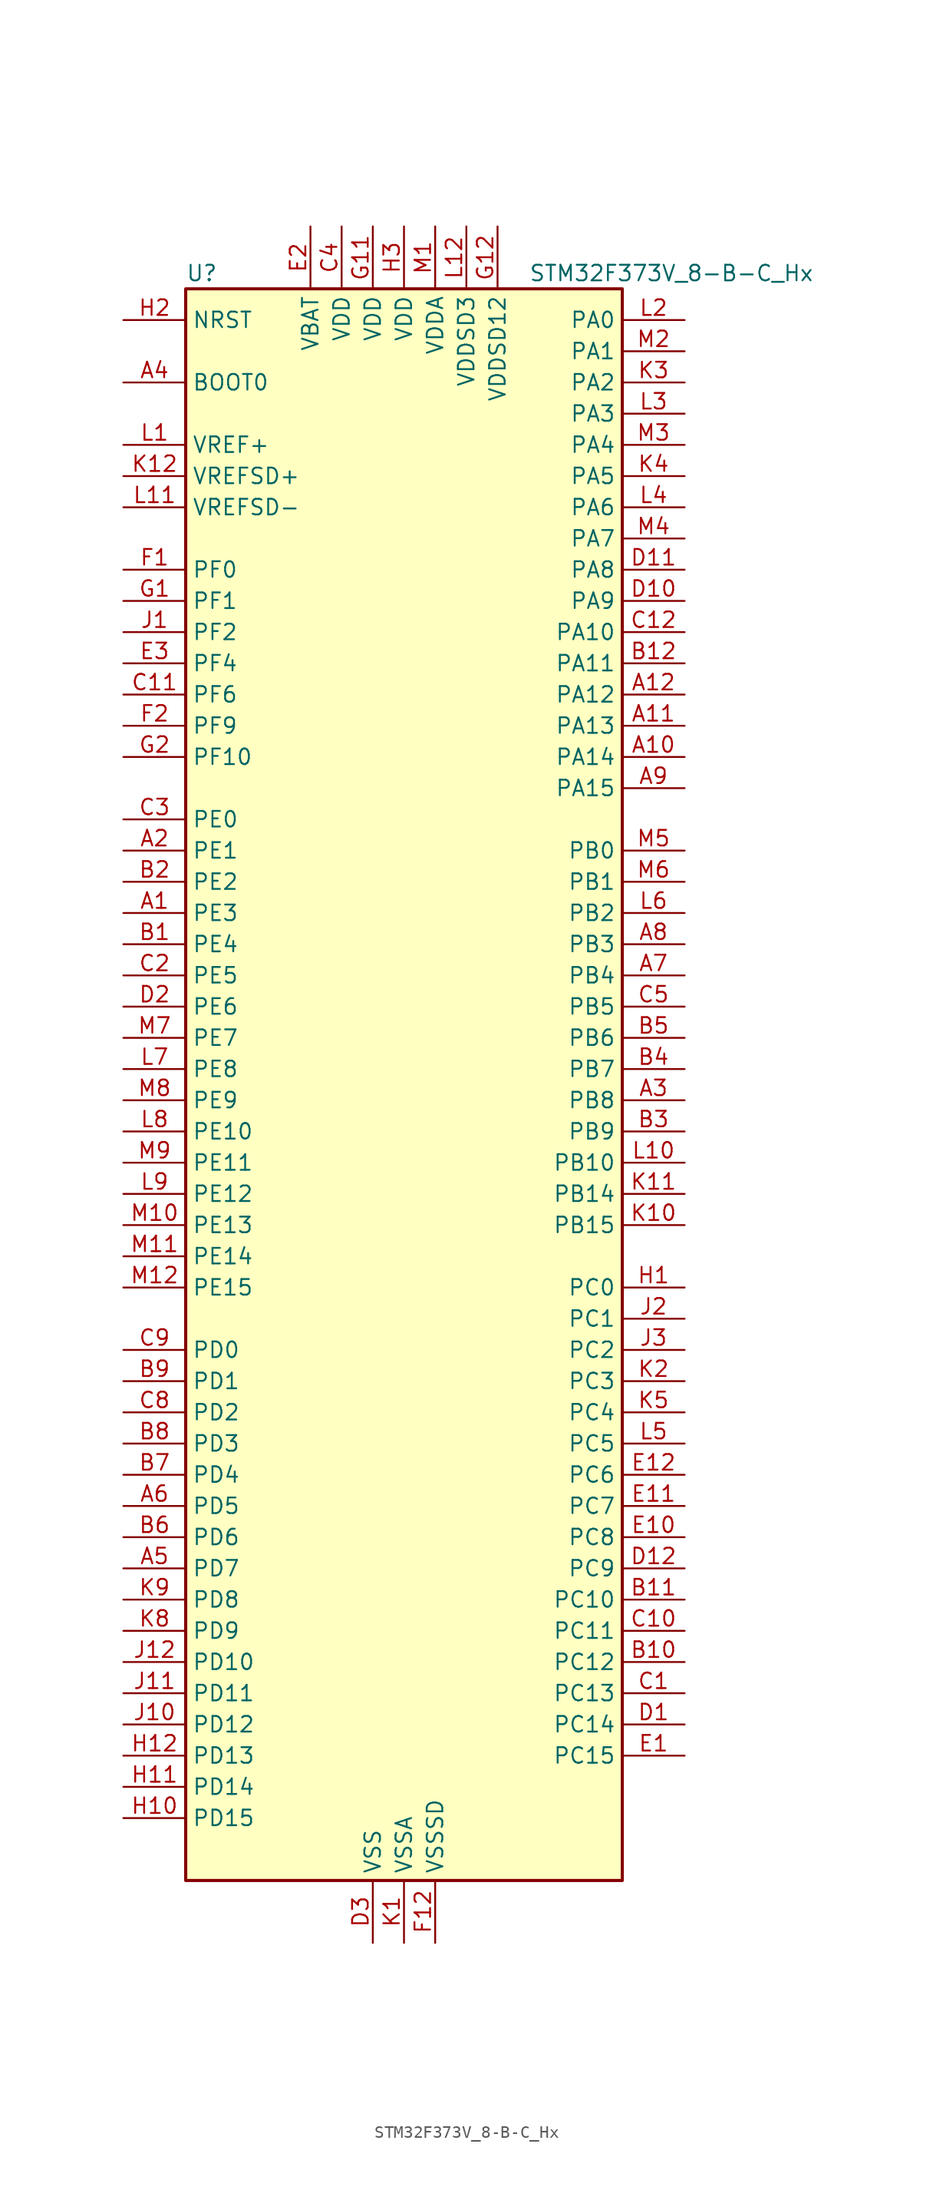
<source format=kicad_sym>
(kicad_symbol_lib
  (version 20231120)
  (generator "kicad_symbol_editor")
  (generator_version "8.0")
  (symbol "STM32F373V_8-B-C_Hx"
    (property "Reference" "U"
      (at -17.78 67.31 0)
      (effects (font (size 1.27 1.27)) (justify left)))
    (property "Value" "STM32F373V_8-B-C_Hx"
      (at 10.16 67.31 0)
      (effects (font (size 1.27 1.27)) (justify left)))
    (property "ki_locked" ""
      (at 0 0 0)
      (effects (font (size 1.27 1.27))))
    (symbol "STM32F373V_8-B-C_Hx_0_1"
      (rectangle (start -17.78 -63.5) (end 17.78 66.04) (stroke (width 0.254) (type default)) (fill (type background))))
    (symbol "STM32F373V_8-B-C_Hx_1_1"
      (pin bidirectional line (at -22.86 15.24 0) (length 5.08) (name "PE3" (effects (font (size 1.27 1.27)))) (number "A1" (effects (font (size 1.27 1.27)))) (alternate "SYS_TRACED0" bidirectional line) (alternate "TSC_G7_IO2" bidirectional line))
      (pin bidirectional line (at 22.86 27.94 180) (length 5.08) (name "PA14" (effects (font (size 1.27 1.27)))) (number "A10" (effects (font (size 1.27 1.27)))) (alternate "I2C1_SDA" bidirectional line) (alternate "SYS_JTCK-SWCLK" bidirectional line) (alternate "TIM12_CH1" bidirectional line) (alternate "TSC_G4_IO4" bidirectional line))
      (pin bidirectional line (at 22.86 30.48 180) (length 5.08) (name "PA13" (effects (font (size 1.27 1.27)))) (number "A11" (effects (font (size 1.27 1.27)))) (alternate "I2S1_MCK" bidirectional line) (alternate "IR_OUT" bidirectional line) (alternate "SPI1_MISO" bidirectional line) (alternate "SYS_JTMS-SWDIO" bidirectional line) (alternate "TIM16_CH1N" bidirectional line) (alternate "TIM4_CH3" bidirectional line) (alternate "TIM5_CH4" bidirectional line) (alternate "TSC_G4_IO3" bidirectional line) (alternate "USART3_CTS" bidirectional line))
      (pin bidirectional line (at 22.86 33.02 180) (length 5.08) (name "PA12" (effects (font (size 1.27 1.27)))) (number "A12" (effects (font (size 1.27 1.27)))) (alternate "CAN_TX" bidirectional line) (alternate "COMP2_OUT" bidirectional line) (alternate "I2S1_CK" bidirectional line) (alternate "SPI1_SCK" bidirectional line) (alternate "TIM16_CH1" bidirectional line) (alternate "TIM4_CH2" bidirectional line) (alternate "TIM5_CH3" bidirectional line) (alternate "USART1_DE" bidirectional line) (alternate "USART1_RTS" bidirectional line) (alternate "USB_DP" bidirectional line))
      (pin bidirectional line (at -22.86 20.32 0) (length 5.08) (name "PE1" (effects (font (size 1.27 1.27)))) (number "A2" (effects (font (size 1.27 1.27)))) (alternate "USART1_RX" bidirectional line))
      (pin bidirectional line (at 22.86 0 180) (length 5.08) (name "PB8" (effects (font (size 1.27 1.27)))) (number "A3" (effects (font (size 1.27 1.27)))) (alternate "CAN_RX" bidirectional line) (alternate "CEC" bidirectional line) (alternate "COMP1_OUT" bidirectional line) (alternate "I2C1_SCL" bidirectional line) (alternate "I2S2_CK" bidirectional line) (alternate "SPI2_SCK" bidirectional line) (alternate "TIM16_CH1" bidirectional line) (alternate "TIM19_CH3" bidirectional line) (alternate "TIM4_CH3" bidirectional line) (alternate "TSC_SYNC" bidirectional line) (alternate "USART3_TX" bidirectional line))
      (pin input line (at -22.86 58.42 0) (length 5.08) (name "BOOT0" (effects (font (size 1.27 1.27)))) (number "A4" (effects (font (size 1.27 1.27)))))
      (pin bidirectional line (at -22.86 -38.1 0) (length 5.08) (name "PD7" (effects (font (size 1.27 1.27)))) (number "A5" (effects (font (size 1.27 1.27)))) (alternate "I2S2_CK" bidirectional line) (alternate "SPI2_SCK" bidirectional line) (alternate "USART2_CK" bidirectional line))
      (pin bidirectional line (at -22.86 -33.02 0) (length 5.08) (name "PD5" (effects (font (size 1.27 1.27)))) (number "A6" (effects (font (size 1.27 1.27)))) (alternate "USART2_TX" bidirectional line))
      (pin bidirectional line (at 22.86 10.16 180) (length 5.08) (name "PB4" (effects (font (size 1.27 1.27)))) (number "A7" (effects (font (size 1.27 1.27)))) (alternate "I2S1_MCK" bidirectional line) (alternate "I2S3_MCK" bidirectional line) (alternate "SPI1_MISO" bidirectional line) (alternate "SPI3_MISO" bidirectional line) (alternate "SYS_NJTRST" bidirectional line) (alternate "TIM15_CH1N" bidirectional line) (alternate "TIM16_CH1" bidirectional line) (alternate "TIM17_BKIN" bidirectional line) (alternate "TIM3_CH1" bidirectional line) (alternate "TSC_G5_IO2" bidirectional line) (alternate "USART2_RX" bidirectional line))
      (pin bidirectional line (at 22.86 12.7 180) (length 5.08) (name "PB3" (effects (font (size 1.27 1.27)))) (number "A8" (effects (font (size 1.27 1.27)))) (alternate "I2S1_CK" bidirectional line) (alternate "I2S3_CK" bidirectional line) (alternate "SPI1_SCK" bidirectional line) (alternate "SPI3_SCK" bidirectional line) (alternate "SYS_JTDO-TRACESWO" bidirectional line) (alternate "TIM13_CH1" bidirectional line) (alternate "TIM2_CH2" bidirectional line) (alternate "TIM3_ETR" bidirectional line) (alternate "TIM4_ETR" bidirectional line) (alternate "TSC_G5_IO1" bidirectional line) (alternate "USART2_TX" bidirectional line))
      (pin bidirectional line (at 22.86 25.4 180) (length 5.08) (name "PA15" (effects (font (size 1.27 1.27)))) (number "A9" (effects (font (size 1.27 1.27)))) (alternate "ADC1_EXTI15" bidirectional line) (alternate "I2C1_SCL" bidirectional line) (alternate "I2S1_WS" bidirectional line) (alternate "I2S3_WS" bidirectional line) (alternate "SDADC1_EXTI15" bidirectional line) (alternate "SDADC2_EXTI15" bidirectional line) (alternate "SDADC3_EXTI15" bidirectional line) (alternate "SPI1_NSS" bidirectional line) (alternate "SPI3_NSS" bidirectional line) (alternate "SYS_JTDI" bidirectional line) (alternate "TIM12_CH2" bidirectional line) (alternate "TIM2_CH1" bidirectional line) (alternate "TIM2_ETR" bidirectional line) (alternate "TSC_SYNC" bidirectional line))
      (pin bidirectional line (at -22.86 12.7 0) (length 5.08) (name "PE4" (effects (font (size 1.27 1.27)))) (number "B1" (effects (font (size 1.27 1.27)))) (alternate "SYS_TRACED1" bidirectional line) (alternate "TSC_G7_IO3" bidirectional line))
      (pin bidirectional line (at 22.86 -45.72 180) (length 5.08) (name "PC12" (effects (font (size 1.27 1.27)))) (number "B10" (effects (font (size 1.27 1.27)))) (alternate "I2S3_SD" bidirectional line) (alternate "SPI3_MOSI" bidirectional line) (alternate "TIM19_CH3" bidirectional line) (alternate "USART3_CK" bidirectional line))
      (pin bidirectional line (at 22.86 -40.64 180) (length 5.08) (name "PC10" (effects (font (size 1.27 1.27)))) (number "B11" (effects (font (size 1.27 1.27)))) (alternate "I2S3_CK" bidirectional line) (alternate "SPI3_SCK" bidirectional line) (alternate "TIM19_CH1" bidirectional line) (alternate "USART3_TX" bidirectional line))
      (pin bidirectional line (at 22.86 35.56 180) (length 5.08) (name "PA11" (effects (font (size 1.27 1.27)))) (number "B12" (effects (font (size 1.27 1.27)))) (alternate "ADC1_EXTI11" bidirectional line) (alternate "CAN_RX" bidirectional line) (alternate "COMP1_OUT" bidirectional line) (alternate "I2S1_WS" bidirectional line) (alternate "I2S2_WS" bidirectional line) (alternate "SDADC1_EXTI11" bidirectional line) (alternate "SDADC2_EXTI11" bidirectional line) (alternate "SDADC3_EXTI11" bidirectional line) (alternate "SPI1_NSS" bidirectional line) (alternate "SPI2_NSS" bidirectional line) (alternate "TIM4_CH1" bidirectional line) (alternate "TIM5_CH2" bidirectional line) (alternate "USART1_CTS" bidirectional line) (alternate "USB_DM" bidirectional line))
      (pin bidirectional line (at -22.86 17.78 0) (length 5.08) (name "PE2" (effects (font (size 1.27 1.27)))) (number "B2" (effects (font (size 1.27 1.27)))) (alternate "SYS_TRACECK" bidirectional line) (alternate "TSC_G7_IO1" bidirectional line))
      (pin bidirectional line (at 22.86 -2.54 180) (length 5.08) (name "PB9" (effects (font (size 1.27 1.27)))) (number "B3" (effects (font (size 1.27 1.27)))) (alternate "CAN_TX" bidirectional line) (alternate "COMP2_OUT" bidirectional line) (alternate "DAC1_EXTI9" bidirectional line) (alternate "DAC2_EXTI9" bidirectional line) (alternate "I2C1_SDA" bidirectional line) (alternate "I2S2_WS" bidirectional line) (alternate "IR_OUT" bidirectional line) (alternate "SPI2_NSS" bidirectional line) (alternate "TIM17_CH1" bidirectional line) (alternate "TIM19_CH4" bidirectional line) (alternate "TIM4_CH4" bidirectional line) (alternate "USART3_RX" bidirectional line))
      (pin bidirectional line (at 22.86 2.54 180) (length 5.08) (name "PB7" (effects (font (size 1.27 1.27)))) (number "B4" (effects (font (size 1.27 1.27)))) (alternate "I2C1_SDA" bidirectional line) (alternate "TIM15_CH2" bidirectional line) (alternate "TIM17_CH1N" bidirectional line) (alternate "TIM19_CH2" bidirectional line) (alternate "TIM3_CH4" bidirectional line) (alternate "TIM4_CH2" bidirectional line) (alternate "TSC_G5_IO4" bidirectional line) (alternate "USART1_RX" bidirectional line))
      (pin bidirectional line (at 22.86 5.08 180) (length 5.08) (name "PB6" (effects (font (size 1.27 1.27)))) (number "B5" (effects (font (size 1.27 1.27)))) (alternate "I2C1_SCL" bidirectional line) (alternate "TIM15_CH1" bidirectional line) (alternate "TIM16_CH1N" bidirectional line) (alternate "TIM19_CH1" bidirectional line) (alternate "TIM3_CH3" bidirectional line) (alternate "TIM4_CH1" bidirectional line) (alternate "TSC_G5_IO3" bidirectional line) (alternate "USART1_TX" bidirectional line))
      (pin bidirectional line (at -22.86 -35.56 0) (length 5.08) (name "PD6" (effects (font (size 1.27 1.27)))) (number "B6" (effects (font (size 1.27 1.27)))) (alternate "I2S2_WS" bidirectional line) (alternate "SPI2_NSS" bidirectional line) (alternate "USART2_RX" bidirectional line))
      (pin bidirectional line (at -22.86 -30.48 0) (length 5.08) (name "PD4" (effects (font (size 1.27 1.27)))) (number "B7" (effects (font (size 1.27 1.27)))) (alternate "I2S2_SD" bidirectional line) (alternate "SPI2_MOSI" bidirectional line) (alternate "USART2_DE" bidirectional line) (alternate "USART2_RTS" bidirectional line))
      (pin bidirectional line (at -22.86 -27.94 0) (length 5.08) (name "PD3" (effects (font (size 1.27 1.27)))) (number "B8" (effects (font (size 1.27 1.27)))) (alternate "I2S2_MCK" bidirectional line) (alternate "SPI2_MISO" bidirectional line) (alternate "USART2_CTS" bidirectional line))
      (pin bidirectional line (at -22.86 -22.86 0) (length 5.08) (name "PD1" (effects (font (size 1.27 1.27)))) (number "B9" (effects (font (size 1.27 1.27)))) (alternate "CAN_TX" bidirectional line) (alternate "TIM19_ETR" bidirectional line))
      (pin bidirectional line (at 22.86 -48.26 180) (length 5.08) (name "PC13" (effects (font (size 1.27 1.27)))) (number "C1" (effects (font (size 1.27 1.27)))) (alternate "RTC_OUT_ALARM" bidirectional line) (alternate "RTC_OUT_CALIB" bidirectional line) (alternate "RTC_TAMP1" bidirectional line) (alternate "RTC_TS" bidirectional line) (alternate "SYS_WKUP2" bidirectional line))
      (pin bidirectional line (at 22.86 -43.18 180) (length 5.08) (name "PC11" (effects (font (size 1.27 1.27)))) (number "C10" (effects (font (size 1.27 1.27)))) (alternate "ADC1_EXTI11" bidirectional line) (alternate "I2S3_MCK" bidirectional line) (alternate "SDADC1_EXTI11" bidirectional line) (alternate "SDADC2_EXTI11" bidirectional line) (alternate "SDADC3_EXTI11" bidirectional line) (alternate "SPI3_MISO" bidirectional line) (alternate "TIM19_CH2" bidirectional line) (alternate "USART3_RX" bidirectional line))
      (pin bidirectional line (at -22.86 33.02 0) (length 5.08) (name "PF6" (effects (font (size 1.27 1.27)))) (number "C11" (effects (font (size 1.27 1.27)))) (alternate "I2C2_SCL" bidirectional line) (alternate "I2S1_SD" bidirectional line) (alternate "SPI1_MOSI" bidirectional line) (alternate "TIM4_CH4" bidirectional line) (alternate "USART3_DE" bidirectional line) (alternate "USART3_RTS" bidirectional line))
      (pin bidirectional line (at 22.86 38.1 180) (length 5.08) (name "PA10" (effects (font (size 1.27 1.27)))) (number "C12" (effects (font (size 1.27 1.27)))) (alternate "I2C2_SDA" bidirectional line) (alternate "I2S2_SD" bidirectional line) (alternate "SPI2_MOSI" bidirectional line) (alternate "TIM14_CH1" bidirectional line) (alternate "TIM17_BKIN" bidirectional line) (alternate "TIM2_CH4" bidirectional line) (alternate "TSC_G4_IO2" bidirectional line) (alternate "USART1_RX" bidirectional line))
      (pin bidirectional line (at -22.86 10.16 0) (length 5.08) (name "PE5" (effects (font (size 1.27 1.27)))) (number "C2" (effects (font (size 1.27 1.27)))) (alternate "SYS_TRACED2" bidirectional line) (alternate "TSC_G7_IO4" bidirectional line))
      (pin bidirectional line (at -22.86 22.86 0) (length 5.08) (name "PE0" (effects (font (size 1.27 1.27)))) (number "C3" (effects (font (size 1.27 1.27)))) (alternate "TIM4_ETR" bidirectional line) (alternate "USART1_TX" bidirectional line))
      (pin power_in line (at -5.08 71.12 270) (length 5.08) (name "VDD" (effects (font (size 1.27 1.27)))) (number "C4" (effects (font (size 1.27 1.27)))))
      (pin bidirectional line (at 22.86 7.62 180) (length 5.08) (name "PB5" (effects (font (size 1.27 1.27)))) (number "C5" (effects (font (size 1.27 1.27)))) (alternate "I2C1_SMBA" bidirectional line) (alternate "I2S1_SD" bidirectional line) (alternate "I2S3_SD" bidirectional line) (alternate "SPI1_MOSI" bidirectional line) (alternate "SPI3_MOSI" bidirectional line) (alternate "TIM16_BKIN" bidirectional line) (alternate "TIM17_CH1" bidirectional line) (alternate "TIM19_ETR" bidirectional line) (alternate "TIM3_CH2" bidirectional line) (alternate "USART2_CK" bidirectional line))
      (pin bidirectional line (at -22.86 -25.4 0) (length 5.08) (name "PD2" (effects (font (size 1.27 1.27)))) (number "C8" (effects (font (size 1.27 1.27)))) (alternate "TIM3_ETR" bidirectional line))
      (pin bidirectional line (at -22.86 -20.32 0) (length 5.08) (name "PD0" (effects (font (size 1.27 1.27)))) (number "C9" (effects (font (size 1.27 1.27)))) (alternate "CAN_RX" bidirectional line) (alternate "TIM19_CH4" bidirectional line))
      (pin bidirectional line (at 22.86 -50.8 180) (length 5.08) (name "PC14" (effects (font (size 1.27 1.27)))) (number "D1" (effects (font (size 1.27 1.27)))) (alternate "RCC_OSC32_IN" bidirectional line))
      (pin bidirectional line (at 22.86 40.64 180) (length 5.08) (name "PA9" (effects (font (size 1.27 1.27)))) (number "D10" (effects (font (size 1.27 1.27)))) (alternate "DAC1_EXTI9" bidirectional line) (alternate "DAC2_EXTI9" bidirectional line) (alternate "I2C2_SCL" bidirectional line) (alternate "I2S2_MCK" bidirectional line) (alternate "SPI2_MISO" bidirectional line) (alternate "TIM13_CH1" bidirectional line) (alternate "TIM15_BKIN" bidirectional line) (alternate "TIM2_CH3" bidirectional line) (alternate "TSC_G4_IO1" bidirectional line) (alternate "USART1_TX" bidirectional line))
      (pin bidirectional line (at 22.86 43.18 180) (length 5.08) (name "PA8" (effects (font (size 1.27 1.27)))) (number "D11" (effects (font (size 1.27 1.27)))) (alternate "I2C2_SMBA" bidirectional line) (alternate "I2S2_CK" bidirectional line) (alternate "RCC_MCO" bidirectional line) (alternate "SPI2_SCK" bidirectional line) (alternate "TIM4_ETR" bidirectional line) (alternate "TIM5_CH1" bidirectional line) (alternate "TIM5_ETR" bidirectional line) (alternate "USART1_CK" bidirectional line))
      (pin bidirectional line (at 22.86 -38.1 180) (length 5.08) (name "PC9" (effects (font (size 1.27 1.27)))) (number "D12" (effects (font (size 1.27 1.27)))) (alternate "DAC1_EXTI9" bidirectional line) (alternate "DAC2_EXTI9" bidirectional line) (alternate "I2S1_SD" bidirectional line) (alternate "SPI1_MOSI" bidirectional line) (alternate "TIM3_CH4" bidirectional line))
      (pin bidirectional line (at -22.86 7.62 0) (length 5.08) (name "PE6" (effects (font (size 1.27 1.27)))) (number "D2" (effects (font (size 1.27 1.27)))) (alternate "RTC_TAMP3" bidirectional line) (alternate "SYS_TRACED3" bidirectional line) (alternate "SYS_WKUP3" bidirectional line))
      (pin power_in line (at -2.54 -68.58 90) (length 5.08) (name "VSS" (effects (font (size 1.27 1.27)))) (number "D3" (effects (font (size 1.27 1.27)))))
      (pin bidirectional line (at 22.86 -53.34 180) (length 5.08) (name "PC15" (effects (font (size 1.27 1.27)))) (number "E1" (effects (font (size 1.27 1.27)))) (alternate "ADC1_EXTI15" bidirectional line) (alternate "RCC_OSC32_OUT" bidirectional line) (alternate "SDADC1_EXTI15" bidirectional line) (alternate "SDADC2_EXTI15" bidirectional line) (alternate "SDADC3_EXTI15" bidirectional line))
      (pin bidirectional line (at 22.86 -35.56 180) (length 5.08) (name "PC8" (effects (font (size 1.27 1.27)))) (number "E10" (effects (font (size 1.27 1.27)))) (alternate "I2S1_MCK" bidirectional line) (alternate "SPI1_MISO" bidirectional line) (alternate "TIM3_CH3" bidirectional line))
      (pin bidirectional line (at 22.86 -33.02 180) (length 5.08) (name "PC7" (effects (font (size 1.27 1.27)))) (number "E11" (effects (font (size 1.27 1.27)))) (alternate "I2S1_CK" bidirectional line) (alternate "SPI1_SCK" bidirectional line) (alternate "TIM3_CH2" bidirectional line))
      (pin bidirectional line (at 22.86 -30.48 180) (length 5.08) (name "PC6" (effects (font (size 1.27 1.27)))) (number "E12" (effects (font (size 1.27 1.27)))) (alternate "I2S1_WS" bidirectional line) (alternate "SPI1_NSS" bidirectional line) (alternate "TIM3_CH1" bidirectional line))
      (pin power_in line (at -7.62 71.12 270) (length 5.08) (name "VBAT" (effects (font (size 1.27 1.27)))) (number "E2" (effects (font (size 1.27 1.27)))))
      (pin bidirectional line (at -22.86 35.56 0) (length 5.08) (name "PF4" (effects (font (size 1.27 1.27)))) (number "E3" (effects (font (size 1.27 1.27)))))
      (pin bidirectional line (at -22.86 43.18 0) (length 5.08) (name "PF0" (effects (font (size 1.27 1.27)))) (number "F1" (effects (font (size 1.27 1.27)))) (alternate "I2C2_SDA" bidirectional line) (alternate "RCC_OSC_IN" bidirectional line))
      (pin passive line (at -2.54 -68.58 90) (length 5.08) hide (name "VSS" (effects (font (size 1.27 1.27)))) (number "F11" (effects (font (size 1.27 1.27)))))
      (pin power_in line (at 2.54 -68.58 90) (length 5.08) (name "VSSSD" (effects (font (size 1.27 1.27)))) (number "F12" (effects (font (size 1.27 1.27)))))
      (pin bidirectional line (at -22.86 30.48 0) (length 5.08) (name "PF9" (effects (font (size 1.27 1.27)))) (number "F2" (effects (font (size 1.27 1.27)))) (alternate "DAC1_EXTI9" bidirectional line) (alternate "DAC2_EXTI9" bidirectional line) (alternate "TIM14_CH1" bidirectional line))
      (pin bidirectional line (at -22.86 40.64 0) (length 5.08) (name "PF1" (effects (font (size 1.27 1.27)))) (number "G1" (effects (font (size 1.27 1.27)))) (alternate "I2C2_SCL" bidirectional line) (alternate "RCC_OSC_OUT" bidirectional line))
      (pin power_in line (at -2.54 71.12 270) (length 5.08) (name "VDD" (effects (font (size 1.27 1.27)))) (number "G11" (effects (font (size 1.27 1.27)))))
      (pin power_in line (at 7.62 71.12 270) (length 5.08) (name "VDDSD12" (effects (font (size 1.27 1.27)))) (number "G12" (effects (font (size 1.27 1.27)))))
      (pin bidirectional line (at -22.86 27.94 0) (length 5.08) (name "PF10" (effects (font (size 1.27 1.27)))) (number "G2" (effects (font (size 1.27 1.27)))))
      (pin bidirectional line (at 22.86 -15.24 180) (length 5.08) (name "PC0" (effects (font (size 1.27 1.27)))) (number "H1" (effects (font (size 1.27 1.27)))) (alternate "ADC1_IN10" bidirectional line) (alternate "TIM5_CH1" bidirectional line) (alternate "TIM5_ETR" bidirectional line))
      (pin bidirectional line (at -22.86 -58.42 0) (length 5.08) (name "PD15" (effects (font (size 1.27 1.27)))) (number "H10" (effects (font (size 1.27 1.27)))) (alternate "ADC1_EXTI15" bidirectional line) (alternate "SDADC1_EXTI15" bidirectional line) (alternate "SDADC2_EXTI15" bidirectional line) (alternate "SDADC3_AIN0M" bidirectional line) (alternate "SDADC3_EXTI15" bidirectional line) (alternate "TIM4_CH4" bidirectional line) (alternate "TSC_G8_IO4" bidirectional line))
      (pin bidirectional line (at -22.86 -55.88 0) (length 5.08) (name "PD14" (effects (font (size 1.27 1.27)))) (number "H11" (effects (font (size 1.27 1.27)))) (alternate "SDADC3_AIN0P" bidirectional line) (alternate "TIM4_CH3" bidirectional line) (alternate "TSC_G8_IO3" bidirectional line))
      (pin bidirectional line (at -22.86 -53.34 0) (length 5.08) (name "PD13" (effects (font (size 1.27 1.27)))) (number "H12" (effects (font (size 1.27 1.27)))) (alternate "SDADC3_AIN1P" bidirectional line) (alternate "SDADC3_AIN2M" bidirectional line) (alternate "TIM4_CH2" bidirectional line) (alternate "TSC_G8_IO2" bidirectional line))
      (pin input line (at -22.86 63.5 0) (length 5.08) (name "NRST" (effects (font (size 1.27 1.27)))) (number "H2" (effects (font (size 1.27 1.27)))))
      (pin power_in line (at 0 71.12 270) (length 5.08) (name "VDD" (effects (font (size 1.27 1.27)))) (number "H3" (effects (font (size 1.27 1.27)))))
      (pin bidirectional line (at -22.86 38.1 0) (length 5.08) (name "PF2" (effects (font (size 1.27 1.27)))) (number "J1" (effects (font (size 1.27 1.27)))) (alternate "I2C2_SMBA" bidirectional line))
      (pin bidirectional line (at -22.86 -50.8 0) (length 5.08) (name "PD12" (effects (font (size 1.27 1.27)))) (number "J10" (effects (font (size 1.27 1.27)))) (alternate "SDADC3_AIN2P" bidirectional line) (alternate "TIM4_CH1" bidirectional line) (alternate "TSC_G8_IO1" bidirectional line) (alternate "USART3_DE" bidirectional line) (alternate "USART3_RTS" bidirectional line))
      (pin bidirectional line (at -22.86 -48.26 0) (length 5.08) (name "PD11" (effects (font (size 1.27 1.27)))) (number "J11" (effects (font (size 1.27 1.27)))) (alternate "ADC1_EXTI11" bidirectional line) (alternate "SDADC1_EXTI11" bidirectional line) (alternate "SDADC2_EXTI11" bidirectional line) (alternate "SDADC3_AIN3P" bidirectional line) (alternate "SDADC3_AIN4M" bidirectional line) (alternate "SDADC3_EXTI11" bidirectional line) (alternate "USART3_CTS" bidirectional line))
      (pin bidirectional line (at -22.86 -45.72 0) (length 5.08) (name "PD10" (effects (font (size 1.27 1.27)))) (number "J12" (effects (font (size 1.27 1.27)))) (alternate "SDADC3_AIN4P" bidirectional line) (alternate "USART3_CK" bidirectional line))
      (pin bidirectional line (at 22.86 -17.78 180) (length 5.08) (name "PC1" (effects (font (size 1.27 1.27)))) (number "J2" (effects (font (size 1.27 1.27)))) (alternate "ADC1_IN11" bidirectional line) (alternate "TIM5_CH2" bidirectional line))
      (pin bidirectional line (at 22.86 -20.32 180) (length 5.08) (name "PC2" (effects (font (size 1.27 1.27)))) (number "J3" (effects (font (size 1.27 1.27)))) (alternate "ADC1_IN12" bidirectional line) (alternate "I2S2_MCK" bidirectional line) (alternate "SPI2_MISO" bidirectional line) (alternate "TIM5_CH3" bidirectional line))
      (pin power_in line (at 0 -68.58 90) (length 5.08) (name "VSSA" (effects (font (size 1.27 1.27)))) (number "K1" (effects (font (size 1.27 1.27)))))
      (pin bidirectional line (at 22.86 -10.16 180) (length 5.08) (name "PB15" (effects (font (size 1.27 1.27)))) (number "K10" (effects (font (size 1.27 1.27)))) (alternate "ADC1_EXTI15" bidirectional line) (alternate "I2S2_SD" bidirectional line) (alternate "RTC_REFIN" bidirectional line) (alternate "SDADC1_EXTI15" bidirectional line) (alternate "SDADC2_EXTI15" bidirectional line) (alternate "SDADC3_AIN7P" bidirectional line) (alternate "SDADC3_AIN8M" bidirectional line) (alternate "SDADC3_EXTI15" bidirectional line) (alternate "SPI2_MOSI" bidirectional line) (alternate "TIM12_CH2" bidirectional line) (alternate "TIM15_CH1N" bidirectional line) (alternate "TIM15_CH2" bidirectional line) (alternate "TSC_G6_IO2" bidirectional line))
      (pin bidirectional line (at 22.86 -7.62 180) (length 5.08) (name "PB14" (effects (font (size 1.27 1.27)))) (number "K11" (effects (font (size 1.27 1.27)))) (alternate "I2S2_MCK" bidirectional line) (alternate "SDADC3_AIN8P" bidirectional line) (alternate "SPI2_MISO" bidirectional line) (alternate "TIM12_CH1" bidirectional line) (alternate "TIM15_CH1" bidirectional line) (alternate "TSC_G6_IO1" bidirectional line) (alternate "USART3_DE" bidirectional line) (alternate "USART3_RTS" bidirectional line))
      (pin input line (at -22.86 50.8 0) (length 5.08) (name "VREFSD+" (effects (font (size 1.27 1.27)))) (number "K12" (effects (font (size 1.27 1.27)))))
      (pin bidirectional line (at 22.86 -22.86 180) (length 5.08) (name "PC3" (effects (font (size 1.27 1.27)))) (number "K2" (effects (font (size 1.27 1.27)))) (alternate "ADC1_IN13" bidirectional line) (alternate "I2S2_SD" bidirectional line) (alternate "SPI2_MOSI" bidirectional line) (alternate "TIM5_CH4" bidirectional line))
      (pin bidirectional line (at 22.86 58.42 180) (length 5.08) (name "PA2" (effects (font (size 1.27 1.27)))) (number "K3" (effects (font (size 1.27 1.27)))) (alternate "ADC1_IN2" bidirectional line) (alternate "COMP2_INM" bidirectional line) (alternate "COMP2_OUT" bidirectional line) (alternate "I2S3_MCK" bidirectional line) (alternate "SPI3_MISO" bidirectional line) (alternate "TIM15_CH1" bidirectional line) (alternate "TIM19_CH3" bidirectional line) (alternate "TIM2_CH3" bidirectional line) (alternate "TIM5_CH3" bidirectional line) (alternate "TSC_G1_IO3" bidirectional line) (alternate "USART2_TX" bidirectional line))
      (pin bidirectional line (at 22.86 50.8 180) (length 5.08) (name "PA5" (effects (font (size 1.27 1.27)))) (number "K4" (effects (font (size 1.27 1.27)))) (alternate "ADC1_IN5" bidirectional line) (alternate "CEC" bidirectional line) (alternate "DAC1_OUT2" bidirectional line) (alternate "I2S1_CK" bidirectional line) (alternate "SPI1_SCK" bidirectional line) (alternate "TIM12_CH2" bidirectional line) (alternate "TIM14_CH1" bidirectional line) (alternate "TIM2_CH1" bidirectional line) (alternate "TIM2_ETR" bidirectional line) (alternate "TSC_G2_IO2" bidirectional line))
      (pin bidirectional line (at 22.86 -25.4 180) (length 5.08) (name "PC4" (effects (font (size 1.27 1.27)))) (number "K5" (effects (font (size 1.27 1.27)))) (alternate "ADC1_IN14" bidirectional line) (alternate "TIM13_CH1" bidirectional line) (alternate "TSC_G3_IO1" bidirectional line) (alternate "USART1_TX" bidirectional line))
      (pin bidirectional line (at -22.86 -43.18 0) (length 5.08) (name "PD9" (effects (font (size 1.27 1.27)))) (number "K8" (effects (font (size 1.27 1.27)))) (alternate "DAC1_EXTI9" bidirectional line) (alternate "DAC2_EXTI9" bidirectional line) (alternate "SDADC3_AIN5P" bidirectional line) (alternate "SDADC3_AIN6M" bidirectional line) (alternate "TSC_G6_IO4" bidirectional line) (alternate "USART3_RX" bidirectional line))
      (pin bidirectional line (at -22.86 -40.64 0) (length 5.08) (name "PD8" (effects (font (size 1.27 1.27)))) (number "K9" (effects (font (size 1.27 1.27)))) (alternate "I2S2_CK" bidirectional line) (alternate "SDADC3_AIN6P" bidirectional line) (alternate "SPI2_SCK" bidirectional line) (alternate "TSC_G6_IO3" bidirectional line) (alternate "USART3_TX" bidirectional line))
      (pin input line (at -22.86 53.34 0) (length 5.08) (name "VREF+" (effects (font (size 1.27 1.27)))) (number "L1" (effects (font (size 1.27 1.27)))))
      (pin bidirectional line (at 22.86 -5.08 180) (length 5.08) (name "PB10" (effects (font (size 1.27 1.27)))) (number "L10" (effects (font (size 1.27 1.27)))) (alternate "CEC" bidirectional line) (alternate "I2S2_CK" bidirectional line) (alternate "SDADC2_AIN0M" bidirectional line) (alternate "SPI2_SCK" bidirectional line) (alternate "TIM2_CH3" bidirectional line) (alternate "TSC_SYNC" bidirectional line) (alternate "USART3_TX" bidirectional line))
      (pin input line (at -22.86 48.26 0) (length 5.08) (name "VREFSD-" (effects (font (size 1.27 1.27)))) (number "L11" (effects (font (size 1.27 1.27)))))
      (pin power_in line (at 5.08 71.12 270) (length 5.08) (name "VDDSD3" (effects (font (size 1.27 1.27)))) (number "L12" (effects (font (size 1.27 1.27)))))
      (pin bidirectional line (at 22.86 63.5 180) (length 5.08) (name "PA0" (effects (font (size 1.27 1.27)))) (number "L2" (effects (font (size 1.27 1.27)))) (alternate "ADC1_IN0" bidirectional line) (alternate "COMP1_INM" bidirectional line) (alternate "COMP1_OUT" bidirectional line) (alternate "RTC_TAMP2" bidirectional line) (alternate "SYS_WKUP1" bidirectional line) (alternate "TIM19_CH1" bidirectional line) (alternate "TIM2_CH1" bidirectional line) (alternate "TIM2_ETR" bidirectional line) (alternate "TIM5_CH1" bidirectional line) (alternate "TIM5_ETR" bidirectional line) (alternate "TSC_G1_IO1" bidirectional line) (alternate "USART2_CTS" bidirectional line))
      (pin bidirectional line (at 22.86 55.88 180) (length 5.08) (name "PA3" (effects (font (size 1.27 1.27)))) (number "L3" (effects (font (size 1.27 1.27)))) (alternate "ADC1_IN3" bidirectional line) (alternate "COMP2_INP" bidirectional line) (alternate "I2S3_SD" bidirectional line) (alternate "SPI3_MOSI" bidirectional line) (alternate "TIM15_CH2" bidirectional line) (alternate "TIM19_CH4" bidirectional line) (alternate "TIM2_CH4" bidirectional line) (alternate "TIM5_CH4" bidirectional line) (alternate "TSC_G1_IO4" bidirectional line) (alternate "USART2_RX" bidirectional line))
      (pin bidirectional line (at 22.86 48.26 180) (length 5.08) (name "PA6" (effects (font (size 1.27 1.27)))) (number "L4" (effects (font (size 1.27 1.27)))) (alternate "ADC1_IN6" bidirectional line) (alternate "COMP1_OUT" bidirectional line) (alternate "DAC2_OUT1" bidirectional line) (alternate "I2S1_MCK" bidirectional line) (alternate "SPI1_MISO" bidirectional line) (alternate "TIM13_CH1" bidirectional line) (alternate "TIM16_CH1" bidirectional line) (alternate "TIM3_CH1" bidirectional line) (alternate "TSC_G2_IO3" bidirectional line))
      (pin bidirectional line (at 22.86 -27.94 180) (length 5.08) (name "PC5" (effects (font (size 1.27 1.27)))) (number "L5" (effects (font (size 1.27 1.27)))) (alternate "ADC1_IN15" bidirectional line) (alternate "TSC_G3_IO2" bidirectional line) (alternate "USART1_RX" bidirectional line))
      (pin bidirectional line (at 22.86 15.24 180) (length 5.08) (name "PB2" (effects (font (size 1.27 1.27)))) (number "L6" (effects (font (size 1.27 1.27)))) (alternate "SDADC1_AIN4P" bidirectional line) (alternate "SDADC2_AIN6P" bidirectional line))
      (pin bidirectional line (at -22.86 2.54 0) (length 5.08) (name "PE8" (effects (font (size 1.27 1.27)))) (number "L7" (effects (font (size 1.27 1.27)))) (alternate "SDADC1_AIN8P" bidirectional line) (alternate "SDADC2_AIN8P" bidirectional line))
      (pin bidirectional line (at -22.86 -2.54 0) (length 5.08) (name "PE10" (effects (font (size 1.27 1.27)))) (number "L8" (effects (font (size 1.27 1.27)))) (alternate "SDADC1_AIN2P" bidirectional line))
      (pin bidirectional line (at -22.86 -7.62 0) (length 5.08) (name "PE12" (effects (font (size 1.27 1.27)))) (number "L9" (effects (font (size 1.27 1.27)))) (alternate "SDADC1_AIN0P" bidirectional line) (alternate "SDADC2_AIN3P" bidirectional line) (alternate "SDADC2_AIN4M" bidirectional line))
      (pin power_in line (at 2.54 71.12 270) (length 5.08) (name "VDDA" (effects (font (size 1.27 1.27)))) (number "M1" (effects (font (size 1.27 1.27)))))
      (pin bidirectional line (at -22.86 -10.16 0) (length 5.08) (name "PE13" (effects (font (size 1.27 1.27)))) (number "M10" (effects (font (size 1.27 1.27)))) (alternate "SDADC1_AIN0M" bidirectional line) (alternate "SDADC2_AIN2P" bidirectional line))
      (pin bidirectional line (at -22.86 -12.7 0) (length 5.08) (name "PE14" (effects (font (size 1.27 1.27)))) (number "M11" (effects (font (size 1.27 1.27)))) (alternate "SDADC2_AIN1P" bidirectional line) (alternate "SDADC2_AIN2M" bidirectional line))
      (pin bidirectional line (at -22.86 -15.24 0) (length 5.08) (name "PE15" (effects (font (size 1.27 1.27)))) (number "M12" (effects (font (size 1.27 1.27)))) (alternate "ADC1_EXTI15" bidirectional line) (alternate "SDADC1_EXTI15" bidirectional line) (alternate "SDADC2_AIN0P" bidirectional line) (alternate "SDADC2_EXTI15" bidirectional line) (alternate "SDADC3_EXTI15" bidirectional line) (alternate "USART3_RX" bidirectional line))
      (pin bidirectional line (at 22.86 60.96 180) (length 5.08) (name "PA1" (effects (font (size 1.27 1.27)))) (number "M2" (effects (font (size 1.27 1.27)))) (alternate "ADC1_IN1" bidirectional line) (alternate "COMP1_INP" bidirectional line) (alternate "I2S3_CK" bidirectional line) (alternate "RTC_REFIN" bidirectional line) (alternate "SPI3_SCK" bidirectional line) (alternate "TIM15_CH1N" bidirectional line) (alternate "TIM19_CH2" bidirectional line) (alternate "TIM2_CH2" bidirectional line) (alternate "TIM5_CH2" bidirectional line) (alternate "TSC_G1_IO2" bidirectional line) (alternate "USART2_DE" bidirectional line) (alternate "USART2_RTS" bidirectional line))
      (pin bidirectional line (at 22.86 53.34 180) (length 5.08) (name "PA4" (effects (font (size 1.27 1.27)))) (number "M3" (effects (font (size 1.27 1.27)))) (alternate "ADC1_IN4" bidirectional line) (alternate "DAC1_OUT1" bidirectional line) (alternate "I2S1_WS" bidirectional line) (alternate "I2S3_WS" bidirectional line) (alternate "SPI1_NSS" bidirectional line) (alternate "SPI3_NSS" bidirectional line) (alternate "TIM12_CH1" bidirectional line) (alternate "TIM3_CH2" bidirectional line) (alternate "TSC_G2_IO1" bidirectional line) (alternate "USART2_CK" bidirectional line))
      (pin bidirectional line (at 22.86 45.72 180) (length 5.08) (name "PA7" (effects (font (size 1.27 1.27)))) (number "M4" (effects (font (size 1.27 1.27)))) (alternate "ADC1_IN7" bidirectional line) (alternate "COMP2_OUT" bidirectional line) (alternate "I2S1_SD" bidirectional line) (alternate "SPI1_MOSI" bidirectional line) (alternate "TIM14_CH1" bidirectional line) (alternate "TIM17_CH1" bidirectional line) (alternate "TIM3_CH2" bidirectional line) (alternate "TSC_G2_IO4" bidirectional line))
      (pin bidirectional line (at 22.86 20.32 180) (length 5.08) (name "PB0" (effects (font (size 1.27 1.27)))) (number "M5" (effects (font (size 1.27 1.27)))) (alternate "ADC1_IN8" bidirectional line) (alternate "I2S1_SD" bidirectional line) (alternate "SDADC1_AIN6P" bidirectional line) (alternate "SPI1_MOSI" bidirectional line) (alternate "TIM3_CH2" bidirectional line) (alternate "TIM3_CH3" bidirectional line) (alternate "TSC_G3_IO3" bidirectional line))
      (pin bidirectional line (at 22.86 17.78 180) (length 5.08) (name "PB1" (effects (font (size 1.27 1.27)))) (number "M6" (effects (font (size 1.27 1.27)))) (alternate "ADC1_IN9" bidirectional line) (alternate "SDADC1_AIN5P" bidirectional line) (alternate "SDADC1_AIN6M" bidirectional line) (alternate "TIM3_CH4" bidirectional line) (alternate "TSC_G3_IO4" bidirectional line))
      (pin bidirectional line (at -22.86 5.08 0) (length 5.08) (name "PE7" (effects (font (size 1.27 1.27)))) (number "M7" (effects (font (size 1.27 1.27)))) (alternate "SDADC1_AIN3P" bidirectional line) (alternate "SDADC1_AIN4M" bidirectional line) (alternate "SDADC2_AIN5P" bidirectional line) (alternate "SDADC2_AIN6M" bidirectional line))
      (pin bidirectional line (at -22.86 0 0) (length 5.08) (name "PE9" (effects (font (size 1.27 1.27)))) (number "M8" (effects (font (size 1.27 1.27)))) (alternate "DAC1_EXTI9" bidirectional line) (alternate "DAC2_EXTI9" bidirectional line) (alternate "SDADC1_AIN7P" bidirectional line) (alternate "SDADC1_AIN8M" bidirectional line) (alternate "SDADC2_AIN7P" bidirectional line) (alternate "SDADC2_AIN8M" bidirectional line))
      (pin bidirectional line (at -22.86 -5.08 0) (length 5.08) (name "PE11" (effects (font (size 1.27 1.27)))) (number "M9" (effects (font (size 1.27 1.27)))) (alternate "ADC1_EXTI11" bidirectional line) (alternate "SDADC1_AIN1P" bidirectional line) (alternate "SDADC1_AIN2M" bidirectional line) (alternate "SDADC1_EXTI11" bidirectional line) (alternate "SDADC2_AIN4P" bidirectional line) (alternate "SDADC2_EXTI11" bidirectional line) (alternate "SDADC3_EXTI11" bidirectional line)))))
</source>
